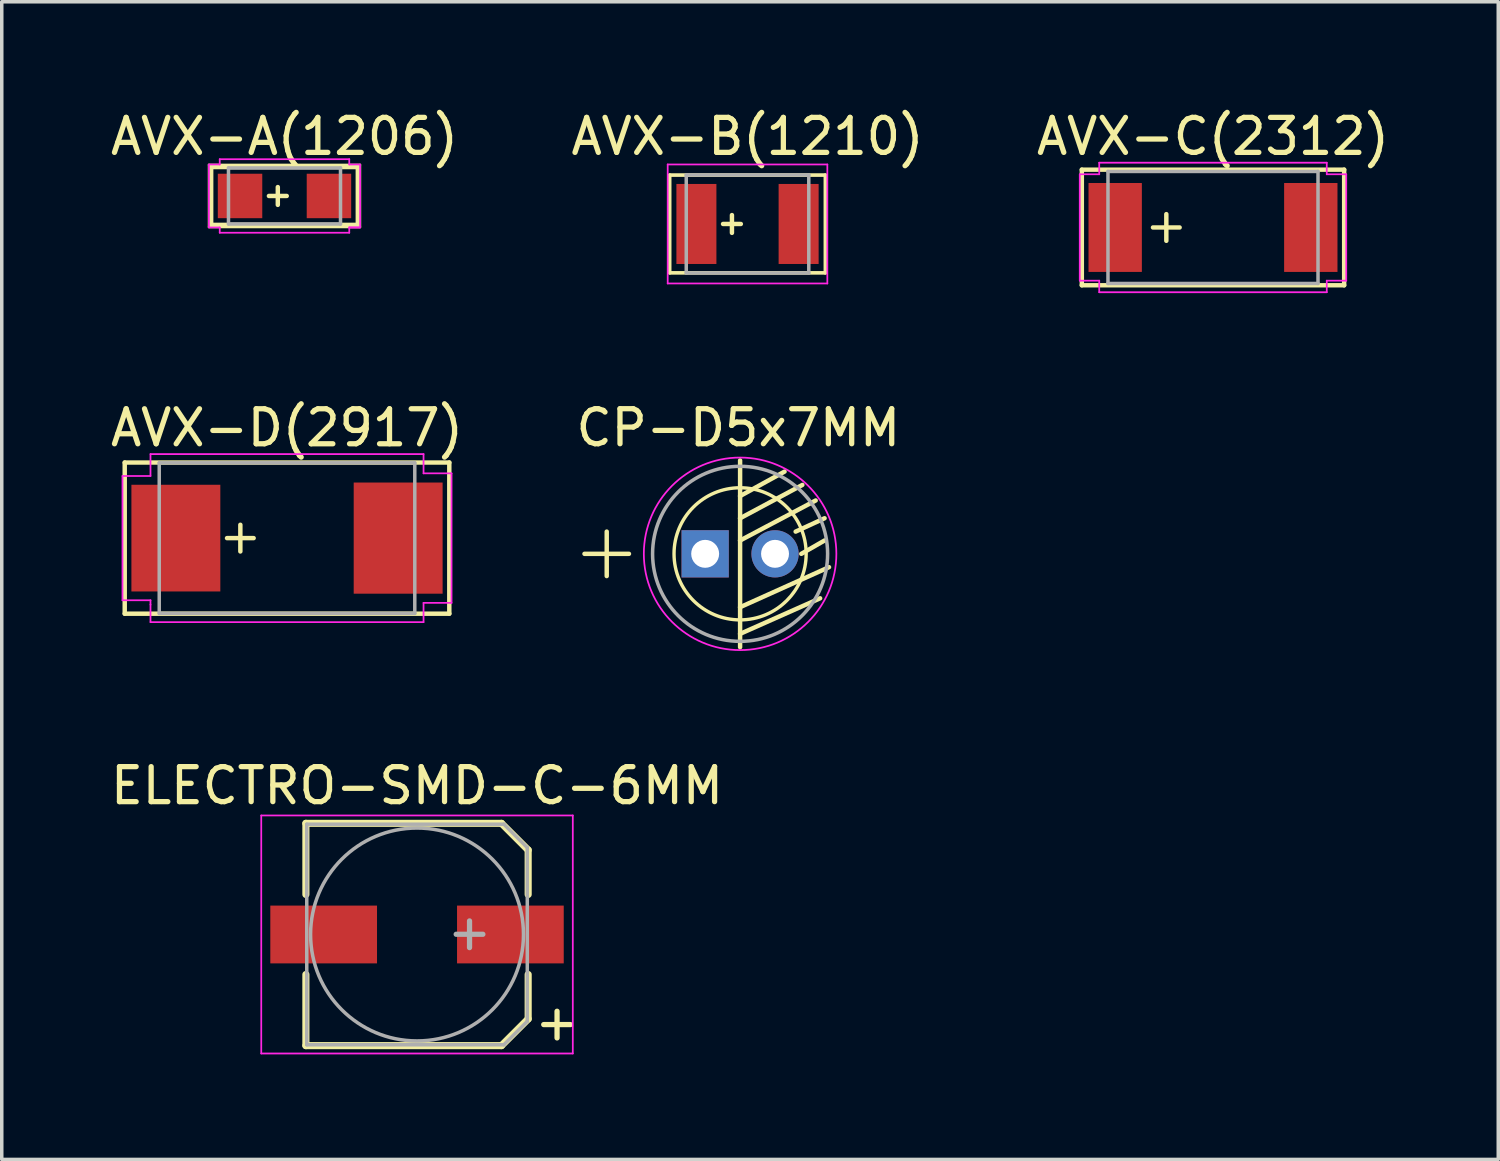
<source format=kicad_pcb>
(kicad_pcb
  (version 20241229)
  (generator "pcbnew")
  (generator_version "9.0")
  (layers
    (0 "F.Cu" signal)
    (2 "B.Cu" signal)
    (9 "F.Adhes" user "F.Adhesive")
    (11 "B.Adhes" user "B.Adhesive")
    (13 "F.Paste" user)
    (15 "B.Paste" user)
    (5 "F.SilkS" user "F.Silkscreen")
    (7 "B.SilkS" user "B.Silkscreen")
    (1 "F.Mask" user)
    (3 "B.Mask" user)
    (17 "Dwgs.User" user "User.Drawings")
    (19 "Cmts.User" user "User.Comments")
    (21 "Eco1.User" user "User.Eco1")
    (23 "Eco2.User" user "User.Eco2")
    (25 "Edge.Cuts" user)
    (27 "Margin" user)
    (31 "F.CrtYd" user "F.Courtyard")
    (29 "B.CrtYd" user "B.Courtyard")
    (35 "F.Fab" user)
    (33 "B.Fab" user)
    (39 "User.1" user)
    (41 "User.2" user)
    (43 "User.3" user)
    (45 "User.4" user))
  (footprint "AVX-D(2917)"
    (layer "F.Cu")
    (at 5.149 12.322)
    (property "Reference" "AVX-D(2917)" (at 0 -3.15 0) (layer "F.SilkS") (effects (font (size 1 1) (thickness 0.15))))
    (attr smd)
    (fp_line (start -4.636 -2.159) (end 4.636 -2.159) (stroke (width 0.066) (type solid)) (layer "F.SilkS"))
    (fp_line (start -4.636 -2.159) (end 4.636 -2.159) (stroke (width 0.127) (type solid)) (layer "F.SilkS"))
    (fp_line (start -4.636 2.159) (end -4.636 -2.159) (stroke (width 0.066) (type solid)) (layer "F.SilkS"))
    (fp_line (start -4.636 2.159) (end -4.636 -2.159) (stroke (width 0.127) (type solid)) (layer "F.SilkS"))
    (fp_line (start -4.636 2.159) (end 4.636 2.159) (stroke (width 0.066) (type solid)) (layer "F.SilkS"))
    (fp_line (start -1.714 0) (end -0.953 0) (stroke (width 0.127) (type solid)) (layer "F.SilkS"))
    (fp_line (start -1.333 0.381) (end -1.333 -0.381) (stroke (width 0.127) (type solid)) (layer "F.SilkS"))
    (fp_line (start 4.636 -2.159) (end 4.636 2.159) (stroke (width 0.127) (type solid)) (layer "F.SilkS"))
    (fp_line (start 4.636 2.159) (end -4.636 2.159) (stroke (width 0.127) (type solid)) (layer "F.SilkS"))
    (fp_line (start 4.636 2.159) (end 4.636 -2.159) (stroke (width 0.066) (type solid)) (layer "F.SilkS"))
    (fp_line (start -4.7 -1.775) (end -3.9 -1.775) (stroke (width 0.05) (type solid)) (layer "F.CrtYd"))
    (fp_line (start -4.7 1.775) (end -4.7 -1.775) (stroke (width 0.05) (type solid)) (layer "F.CrtYd"))
    (fp_line (start -3.9 -2.4) (end 3.9 -2.4) (stroke (width 0.05) (type solid)) (layer "F.CrtYd"))
    (fp_line (start -3.9 -1.775) (end -3.9 -2.4) (stroke (width 0.05) (type solid)) (layer "F.CrtYd"))
    (fp_line (start -3.9 1.775) (end -4.7 1.775) (stroke (width 0.05) (type solid)) (layer "F.CrtYd"))
    (fp_line (start -3.9 1.9) (end -3.9 1.775) (stroke (width 0.05) (type solid)) (layer "F.CrtYd"))
    (fp_line (start -3.9 2.4) (end -3.9 1.9) (stroke (width 0.05) (type solid)) (layer "F.CrtYd"))
    (fp_line (start 3.9 -2.4) (end 3.9 -1.85) (stroke (width 0.05) (type solid)) (layer "F.CrtYd"))
    (fp_line (start 3.9 -1.85) (end 4.7 -1.85) (stroke (width 0.05) (type solid)) (layer "F.CrtYd"))
    (fp_line (start 3.9 1.85) (end 3.9 2.4) (stroke (width 0.05) (type solid)) (layer "F.CrtYd"))
    (fp_line (start 3.9 2.4) (end -3.9 2.4) (stroke (width 0.05) (type solid)) (layer "F.CrtYd"))
    (fp_line (start 4.7 -1.85) (end 4.7 1.85) (stroke (width 0.05) (type solid)) (layer "F.CrtYd"))
    (fp_line (start 4.7 1.85) (end 3.9 1.85) (stroke (width 0.05) (type solid)) (layer "F.CrtYd"))
    (fp_line (start -3.65 -2.15) (end -3.65 2.15) (stroke (width 0.1) (type solid)) (layer "F.Fab"))
    (fp_line (start -3.65 2.15) (end 3.65 2.15) (stroke (width 0.1) (type solid)) (layer "F.Fab"))
    (fp_line (start 3.65 -2.15) (end -3.65 -2.15) (stroke (width 0.1) (type solid)) (layer "F.Fab"))
    (fp_line (start 3.65 2.15) (end 3.65 -2.15) (stroke (width 0.1) (type solid)) (layer "F.Fab"))
    (pad "+" smd rect (at -3.175 0) (size 2.54 3.048) (layers "F.Cu" "F.Mask" "F.Paste"))
    (pad "-" smd rect (at 3.175 0 180) (size 2.54 3.175) (layers "F.Cu" "F.Mask" "F.Paste")))
  (footprint "AVX-B(1210)"
    (layer "F.Cu")
    (at 18.304 3.348)
    (property "Reference" "AVX-B(1210)" (at 0 -2.5 0) (layer "F.SilkS") (effects (font (size 1 1) (thickness 0.15))))
    (attr smd)
    (fp_line (start -2.223 -1.397) (end 2.223 -1.397) (stroke (width 0.066) (type solid)) (layer "F.SilkS"))
    (fp_line (start -2.223 -1.397) (end 2.223 -1.397) (stroke (width 0.102) (type solid)) (layer "F.SilkS"))
    (fp_line (start -2.223 1.397) (end -2.223 -1.397) (stroke (width 0.066) (type solid)) (layer "F.SilkS"))
    (fp_line (start -2.223 1.397) (end -2.223 -1.397) (stroke (width 0.102) (type solid)) (layer "F.SilkS"))
    (fp_line (start -2.223 1.397) (end 2.223 1.397) (stroke (width 0.066) (type solid)) (layer "F.SilkS"))
    (fp_line (start -0.699 0) (end -0.191 0) (stroke (width 0.127) (type solid)) (layer "F.SilkS"))
    (fp_line (start -0.445 0.254) (end -0.445 -0.254) (stroke (width 0.127) (type solid)) (layer "F.SilkS"))
    (fp_line (start 2.223 -1.397) (end 2.223 1.397) (stroke (width 0.102) (type solid)) (layer "F.SilkS"))
    (fp_line (start 2.223 1.397) (end -2.223 1.397) (stroke (width 0.102) (type solid)) (layer "F.SilkS"))
    (fp_line (start 2.223 1.397) (end 2.223 -1.397) (stroke (width 0.066) (type solid)) (layer "F.SilkS"))
    (fp_line (start -2.28 -1.7) (end 2.28 -1.7) (stroke (width 0.05) (type solid)) (layer "F.CrtYd"))
    (fp_line (start -2.28 1.7) (end -2.28 -1.7) (stroke (width 0.05) (type solid)) (layer "F.CrtYd"))
    (fp_line (start 2.28 -1.7) (end 2.28 1.7) (stroke (width 0.05) (type solid)) (layer "F.CrtYd"))
    (fp_line (start 2.28 1.7) (end -2.28 1.7) (stroke (width 0.05) (type solid)) (layer "F.CrtYd"))
    (fp_line (start -1.75 -1.4) (end 1.75 -1.4) (stroke (width 0.1) (type solid)) (layer "F.Fab"))
    (fp_line (start -1.75 1.4) (end -1.75 -1.4) (stroke (width 0.1) (type solid)) (layer "F.Fab"))
    (fp_line (start 1.75 -1.4) (end 1.75 1.4) (stroke (width 0.1) (type solid)) (layer "F.Fab"))
    (fp_line (start 1.75 1.4) (end -1.75 1.4) (stroke (width 0.1) (type solid)) (layer "F.Fab"))
    (pad "+" smd rect (at -1.46 0) (size 1.143 2.286) (layers "F.Cu" "F.Mask" "F.Paste"))
    (pad "-" smd rect (at 1.46 0 180) (size 1.143 2.286) (layers "F.Cu" "F.Mask" "F.Paste")))
  (footprint "AVX-C(2312)"
    (layer "F.Cu")
    (at 31.601 3.448)
    (property "Reference" "AVX-C(2312)" (at 0 -2.6 0) (layer "F.SilkS") (effects (font (size 1 1) (thickness 0.15))))
    (attr smd)
    (fp_line (start -3.747 -1.651) (end 3.747 -1.651) (stroke (width 0.066) (type solid)) (layer "F.SilkS"))
    (fp_line (start -3.747 -1.651) (end 3.747 -1.651) (stroke (width 0.127) (type solid)) (layer "F.SilkS"))
    (fp_line (start -3.747 1.651) (end -3.747 -1.651) (stroke (width 0.066) (type solid)) (layer "F.SilkS"))
    (fp_line (start -3.747 1.651) (end -3.747 -1.651) (stroke (width 0.127) (type solid)) (layer "F.SilkS"))
    (fp_line (start -3.747 1.651) (end 3.747 1.651) (stroke (width 0.066) (type solid)) (layer "F.SilkS"))
    (fp_line (start -1.714 0) (end -0.953 0) (stroke (width 0.127) (type solid)) (layer "F.SilkS"))
    (fp_line (start -1.333 0.381) (end -1.333 -0.381) (stroke (width 0.127) (type solid)) (layer "F.SilkS"))
    (fp_line (start 3.747 -1.651) (end 3.747 1.651) (stroke (width 0.127) (type solid)) (layer "F.SilkS"))
    (fp_line (start 3.747 1.651) (end -3.747 1.651) (stroke (width 0.127) (type solid)) (layer "F.SilkS"))
    (fp_line (start 3.747 1.651) (end 3.747 -1.651) (stroke (width 0.066) (type solid)) (layer "F.SilkS"))
    (fp_line (start -3.806 1.52) (end -3.806 -1.52) (stroke (width 0.05) (type solid)) (layer "F.CrtYd"))
    (fp_line (start -3.8 -1.52) (end -3.25 -1.52) (stroke (width 0.05) (type solid)) (layer "F.CrtYd"))
    (fp_line (start -3.25 -1.85) (end 3.25 -1.85) (stroke (width 0.05) (type solid)) (layer "F.CrtYd"))
    (fp_line (start -3.25 -1.52) (end -3.25 -1.85) (stroke (width 0.05) (type solid)) (layer "F.CrtYd"))
    (fp_line (start -3.25 1.52) (end -3.8 1.52) (stroke (width 0.05) (type solid)) (layer "F.CrtYd"))
    (fp_line (start -3.25 1.85) (end -3.25 1.52) (stroke (width 0.05) (type solid)) (layer "F.CrtYd"))
    (fp_line (start 3.25 -1.85) (end 3.25 -1.52) (stroke (width 0.05) (type solid)) (layer "F.CrtYd"))
    (fp_line (start 3.25 -1.52) (end 3.806 -1.52) (stroke (width 0.05) (type solid)) (layer "F.CrtYd"))
    (fp_line (start 3.25 1.52) (end 3.25 1.85) (stroke (width 0.05) (type solid)) (layer "F.CrtYd"))
    (fp_line (start 3.25 1.85) (end -3.25 1.85) (stroke (width 0.05) (type solid)) (layer "F.CrtYd"))
    (fp_line (start 3.806 -1.52) (end 3.806 1.52) (stroke (width 0.05) (type solid)) (layer "F.CrtYd"))
    (fp_line (start 3.806 1.52) (end 3.25 1.52) (stroke (width 0.05) (type solid)) (layer "F.CrtYd"))
    (fp_line (start -3 -1.6) (end 3 -1.6) (stroke (width 0.1) (type solid)) (layer "F.Fab"))
    (fp_line (start -3 1.6) (end -3 -1.6) (stroke (width 0.1) (type solid)) (layer "F.Fab"))
    (fp_line (start 3 -1.6) (end 3 1.6) (stroke (width 0.1) (type solid)) (layer "F.Fab"))
    (fp_line (start 3 1.6) (end -3 1.6) (stroke (width 0.1) (type solid)) (layer "F.Fab"))
    (pad "+" smd rect (at -2.794 0 90) (size 2.54 1.524) (layers "F.Cu" "F.Mask" "F.Paste"))
    (pad "-" smd rect (at 2.794 0 90) (size 2.54 1.524) (layers "F.Cu" "F.Mask" "F.Paste")))
  (footprint "AVX-A(1206)"
    (layer "F.Cu")
    (at 5.077 2.548)
    (property "Reference" "AVX-A(1206)" (at 0 -1.7 0) (layer "F.SilkS") (effects (font (size 1 1) (thickness 0.15))))
    (attr smd)
    (fp_line (start -2.159 -0.889) (end 2.159 -0.889) (stroke (width 0.066) (type solid)) (layer "F.SilkS"))
    (fp_line (start -2.159 0.889) (end -2.159 -0.889) (stroke (width 0.066) (type solid)) (layer "F.SilkS"))
    (fp_line (start -2.159 0.889) (end 2.159 0.889) (stroke (width 0.066) (type solid)) (layer "F.SilkS"))
    (fp_line (start -2.095 -0.826) (end 2.095 -0.826) (stroke (width 0.127) (type solid)) (layer "F.SilkS"))
    (fp_line (start -2.095 0.826) (end -2.095 -0.826) (stroke (width 0.127) (type solid)) (layer "F.SilkS"))
    (fp_line (start -0.445 0) (end 0.064 0) (stroke (width 0.127) (type solid)) (layer "F.SilkS"))
    (fp_line (start -0.191 0.254) (end -0.191 -0.254) (stroke (width 0.127) (type solid)) (layer "F.SilkS"))
    (fp_line (start 2.095 -0.826) (end 2.095 0.826) (stroke (width 0.127) (type solid)) (layer "F.SilkS"))
    (fp_line (start 2.095 0.826) (end -2.095 0.826) (stroke (width 0.127) (type solid)) (layer "F.SilkS"))
    (fp_line (start 2.159 0.889) (end 2.159 -0.889) (stroke (width 0.066) (type solid)) (layer "F.SilkS"))
    (fp_line (start -2.16 -0.9) (end -1.85 -0.9) (stroke (width 0.05) (type solid)) (layer "F.CrtYd"))
    (fp_line (start -2.16 0.89) (end -2.16 -0.89) (stroke (width 0.05) (type solid)) (layer "F.CrtYd"))
    (fp_line (start -2.16 0.9) (end -1.85 0.9) (stroke (width 0.05) (type solid)) (layer "F.CrtYd"))
    (fp_line (start -1.85 -1.05) (end 1.85 -1.05) (stroke (width 0.05) (type solid)) (layer "F.CrtYd"))
    (fp_line (start -1.85 -0.9) (end -1.85 -1.05) (stroke (width 0.05) (type solid)) (layer "F.CrtYd"))
    (fp_line (start -1.85 1.05) (end -1.85 0.9) (stroke (width 0.05) (type solid)) (layer "F.CrtYd"))
    (fp_line (start -1.85 1.05) (end 1.85 1.05) (stroke (width 0.05) (type solid)) (layer "F.CrtYd"))
    (fp_line (start 1.85 -0.9) (end 1.85 -1.05) (stroke (width 0.05) (type solid)) (layer "F.CrtYd"))
    (fp_line (start 1.85 -0.9) (end 2.16 -0.9) (stroke (width 0.05) (type solid)) (layer "F.CrtYd"))
    (fp_line (start 1.85 0.9) (end 2.16 0.9) (stroke (width 0.05) (type solid)) (layer "F.CrtYd"))
    (fp_line (start 1.85 0.9) (end 2.16 0.9) (stroke (width 0.05) (type solid)) (layer "F.CrtYd"))
    (fp_line (start 1.85 1.05) (end 1.85 0.9) (stroke (width 0.05) (type solid)) (layer "F.CrtYd"))
    (fp_line (start 2.16 -0.89) (end 2.16 0.89) (stroke (width 0.05) (type solid)) (layer "F.CrtYd"))
    (fp_line (start -1.6 -0.8) (end 1.6 -0.8) (stroke (width 0.1) (type solid)) (layer "F.Fab"))
    (fp_line (start -1.6 0.8) (end -1.6 -0.8) (stroke (width 0.1) (type solid)) (layer "F.Fab"))
    (fp_line (start 1.6 -0.8) (end 1.6 0.8) (stroke (width 0.1) (type solid)) (layer "F.Fab"))
    (fp_line (start 1.6 0.8) (end -1.6 0.8) (stroke (width 0.1) (type solid)) (layer "F.Fab"))
    (pad "+" smd rect (at -1.27 0) (size 1.27 1.27) (layers "F.Cu" "F.Mask" "F.Paste"))
    (pad "-" smd rect (at 1.27 0 180) (size 1.27 1.27) (layers "F.Cu" "F.Mask" "F.Paste")))
  (footprint "ELECTRO-SMD-C-6MM"
    (layer "F.Cu")
    (at 8.863 23.645)
    (property "Reference" "ELECTRO-SMD-C-6MM" (at 0 -4.25 0) (layer "F.SilkS") (effects (font (size 1 1) (thickness 0.15))))
    (attr smd)
    (fp_line (start -3.175 -3.175) (end -3.175 -1.143) (stroke (width 0.203) (type solid)) (layer "F.SilkS"))
    (fp_line (start -3.175 -3.175) (end 2.413 -3.175) (stroke (width 0.203) (type solid)) (layer "F.SilkS"))
    (fp_line (start -3.175 3.175) (end -3.175 1.143) (stroke (width 0.203) (type solid)) (layer "F.SilkS"))
    (fp_line (start 2.413 -3.175) (end 3.175 -2.413) (stroke (width 0.203) (type solid)) (layer "F.SilkS"))
    (fp_line (start 2.413 3.175) (end -3.175 3.175) (stroke (width 0.203) (type solid)) (layer "F.SilkS"))
    (fp_line (start 3.175 -2.413) (end 3.175 -1.143) (stroke (width 0.203) (type solid)) (layer "F.SilkS"))
    (fp_line (start 3.175 2.413) (end 2.413 3.175) (stroke (width 0.203) (type solid)) (layer "F.SilkS"))
    (fp_line (start 3.175 2.413) (end 3.175 1.143) (stroke (width 0.203) (type solid)) (layer "F.SilkS"))
    (fp_line (start -4.45 -3.4) (end 4.45 -3.4) (stroke (width 0.05) (type solid)) (layer "F.CrtYd"))
    (fp_line (start -4.45 3.4) (end -4.45 -3.4) (stroke (width 0.05) (type solid)) (layer "F.CrtYd"))
    (fp_line (start 4.45 -3.4) (end 4.45 3.4) (stroke (width 0.05) (type solid)) (layer "F.CrtYd"))
    (fp_line (start 4.45 3.4) (end -4.45 3.4) (stroke (width 0.05) (type solid)) (layer "F.CrtYd"))
    (fp_line (start -3.15 -3.15) (end -3.15 3.15) (stroke (width 0.1) (type solid)) (layer "F.Fab"))
    (fp_line (start -3.15 3.15) (end 2.48 3.15) (stroke (width 0.1) (type solid)) (layer "F.Fab"))
    (fp_line (start 2.48 -3.15) (end -3.15 -3.15) (stroke (width 0.1) (type solid)) (layer "F.Fab"))
    (fp_line (start 2.48 3.15) (end 3.15 2.48) (stroke (width 0.1) (type solid)) (layer "F.Fab"))
    (fp_line (start 3.15 -2.48) (end 2.48 -3.15) (stroke (width 0.1) (type solid)) (layer "F.Fab"))
    (fp_line (start 3.15 2.48) (end 3.15 -2.48) (stroke (width 0.1) (type solid)) (layer "F.Fab"))
    (fp_circle (center 0 0) (end 3.041 0) (stroke (width 0.1) (type solid)) (fill no) (layer "F.Fab"))
    (fp_text user "+" (at 4 2.5 0) (layer "F.SilkS") (effects (font (size 1 1) (thickness 0.15))))
    (fp_text user "+" (at 1.5 -0.08 0) (layer "F.Fab") (effects (font (size 1 1) (thickness 0.15))))
    (pad "+" smd rect (at 2.667 0) (size 3.048 1.651) (layers "F.Cu" "F.Mask" "F.Paste"))
    (pad "-" smd rect (at -2.667 0) (size 3.048 1.651) (layers "F.Cu" "F.Mask" "F.Paste")))
  (footprint "CP-D5x7MM"
    (layer "F.Cu")
    (at 18.092 12.771)
    (property "Reference" "CP-D5x7MM" (at -0.05 -3.6 0) (layer "F.SilkS") (effects (font (size 1 1) (thickness 0.15))))
    (attr exclude_from_pos_files exclude_from_bom)
    (fp_line (start -4.445 0) (end -3.81 0) (stroke (width 0.127) (type solid)) (layer "F.SilkS"))
    (fp_line (start -3.81 0) (end -3.81 -0.635) (stroke (width 0.127) (type solid)) (layer "F.SilkS"))
    (fp_line (start -3.81 0) (end -3.81 0.635) (stroke (width 0.127) (type solid)) (layer "F.SilkS"))
    (fp_line (start -3.175 0) (end -3.81 0) (stroke (width 0.127) (type solid)) (layer "F.SilkS"))
    (fp_line (start 0 -2.667) (end 0 -1.651) (stroke (width 0.127) (type solid)) (layer "F.SilkS"))
    (fp_line (start 0 -1.651) (end 0 -1.016) (stroke (width 0.127) (type solid)) (layer "F.SilkS"))
    (fp_line (start 0 -1.651) (end 1.27 -2.349) (stroke (width 0.127) (type solid)) (layer "F.SilkS"))
    (fp_line (start 0 -1.016) (end 0 -0.381) (stroke (width 0.127) (type solid)) (layer "F.SilkS"))
    (fp_line (start 0 -1.016) (end 1.778 -1.968) (stroke (width 0.127) (type solid)) (layer "F.SilkS"))
    (fp_line (start 0 -0.381) (end 0 1.524) (stroke (width 0.127) (type solid)) (layer "F.SilkS"))
    (fp_line (start 0 -0.381) (end 2.159 -1.524) (stroke (width 0.127) (type solid)) (layer "F.SilkS"))
    (fp_line (start 0 1.524) (end 0 2.286) (stroke (width 0.127) (type solid)) (layer "F.SilkS"))
    (fp_line (start 0 1.524) (end 2.54 0.381) (stroke (width 0.127) (type solid)) (layer "F.SilkS"))
    (fp_line (start 0 2.286) (end 0 2.667) (stroke (width 0.127) (type solid)) (layer "F.SilkS"))
    (fp_line (start 0 2.286) (end 2.286 1.27) (stroke (width 0.127) (type solid)) (layer "F.SilkS"))
    (fp_line (start 1.587 -0.635) (end 2.413 -1.016) (stroke (width 0.127) (type solid)) (layer "F.SilkS"))
    (fp_line (start 1.748 0) (end 2.413 -0.381) (stroke (width 0.127) (type solid)) (layer "F.SilkS"))
    (fp_circle (center 0 0) (end -1.346 1.346) (stroke (width 0.064) (type solid)) (fill no) (layer "F.SilkS"))
    (fp_circle (center 0 0) (end -1.323 1.323) (stroke (width 0.064) (type solid)) (fill no) (layer "F.SilkS"))
    (fp_circle (center 0 0) (end 2.75 0) (stroke (width 0.05) (type solid)) (fill no) (layer "F.CrtYd"))
    (fp_circle (center 0 0) (end 2.5 0) (stroke (width 0.1) (type solid)) (fill no) (layer "F.Fab"))
    (pad "+" thru_hole rect (at -0.998 0) (size 1.349 1.349) (drill 0.798) (layers "*.Cu" "*.Mask"))
    (pad "-" thru_hole circle (at 0.998 0) (size 1.349 1.349) (drill 0.798) (layers "*.Cu" "*.Mask")))
  (gr_rect
    (start -3 -3)
    (end 39.75 30.07)
    (stroke (width 0.1) (type default))
    (fill no)
    (layer "Edge.Cuts")))
</source>
